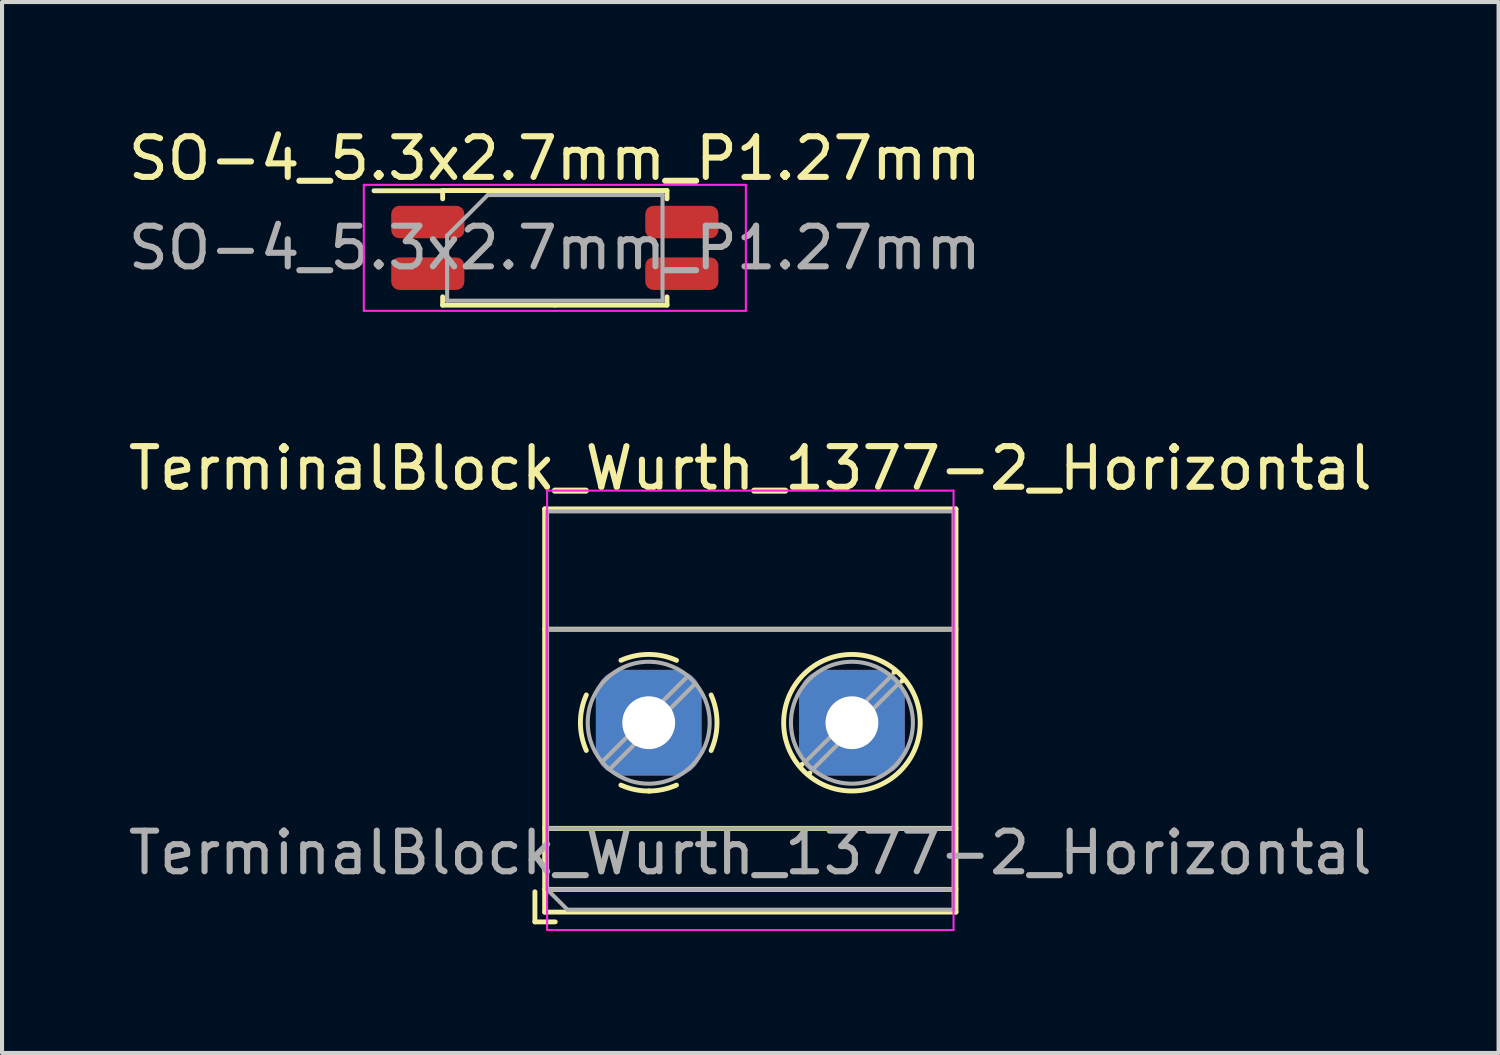
<source format=kicad_pcb>
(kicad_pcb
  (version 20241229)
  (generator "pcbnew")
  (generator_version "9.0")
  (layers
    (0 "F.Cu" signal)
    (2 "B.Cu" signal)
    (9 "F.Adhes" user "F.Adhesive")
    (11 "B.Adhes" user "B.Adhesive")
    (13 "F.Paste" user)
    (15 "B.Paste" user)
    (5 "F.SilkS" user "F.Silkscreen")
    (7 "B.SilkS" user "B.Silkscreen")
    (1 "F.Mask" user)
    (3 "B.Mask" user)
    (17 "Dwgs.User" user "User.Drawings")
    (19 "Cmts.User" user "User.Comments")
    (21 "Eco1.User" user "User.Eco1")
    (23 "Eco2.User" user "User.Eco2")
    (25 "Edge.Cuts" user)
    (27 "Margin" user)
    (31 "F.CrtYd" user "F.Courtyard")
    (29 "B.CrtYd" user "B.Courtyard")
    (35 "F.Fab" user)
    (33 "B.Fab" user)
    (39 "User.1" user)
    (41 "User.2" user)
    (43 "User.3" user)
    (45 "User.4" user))
  (footprint "SO-4_5.3x2.7mm_P1.27mm"
    (layer "F.Cu")
    (at 10.601 3.048)
    (property "Reference" "SO-4_5.3x2.7mm_P1.27mm" (at 0 -2.2 0) (layer "F.SilkS") (effects (font (size 1 1) (thickness 0.15))))
    (attr smd)
    (fp_line (start -2.76 -1.41) (end -2.76 -1.205) (stroke (width 0.12) (type solid)) (layer "F.SilkS"))
    (fp_line (start -2.76 -1.405) (end -4.45 -1.405) (stroke (width 0.12) (type solid)) (layer "F.SilkS"))
    (fp_line (start -2.76 1.41) (end -2.76 1.205) (stroke (width 0.12) (type solid)) (layer "F.SilkS"))
    (fp_line (start 0 -1.41) (end -2.76 -1.41) (stroke (width 0.12) (type solid)) (layer "F.SilkS"))
    (fp_line (start 0 -1.41) (end 2.76 -1.41) (stroke (width 0.12) (type solid)) (layer "F.SilkS"))
    (fp_line (start 0 1.41) (end -2.76 1.41) (stroke (width 0.12) (type solid)) (layer "F.SilkS"))
    (fp_line (start 0 1.41) (end 2.76 1.41) (stroke (width 0.12) (type solid)) (layer "F.SilkS"))
    (fp_line (start 2.76 -1.41) (end 2.76 -1.205) (stroke (width 0.12) (type solid)) (layer "F.SilkS"))
    (fp_line (start 2.76 1.41) (end 2.76 1.205) (stroke (width 0.12) (type solid)) (layer "F.SilkS"))
    (fp_line (start -4.7 -1.55) (end -4.7 1.55) (stroke (width 0.05) (type solid)) (layer "F.CrtYd"))
    (fp_line (start -4.7 1.55) (end 4.7 1.55) (stroke (width 0.05) (type solid)) (layer "F.CrtYd"))
    (fp_line (start 4.7 -1.55) (end -4.7 -1.55) (stroke (width 0.05) (type solid)) (layer "F.CrtYd"))
    (fp_line (start 4.7 1.55) (end 4.7 -1.55) (stroke (width 0.05) (type solid)) (layer "F.CrtYd"))
    (fp_line (start -2.65 -0.3) (end -1.65 -1.3) (stroke (width 0.1) (type solid)) (layer "F.Fab"))
    (fp_line (start -2.65 1.3) (end -2.65 -0.3) (stroke (width 0.1) (type solid)) (layer "F.Fab"))
    (fp_line (start -1.65 -1.3) (end 2.65 -1.3) (stroke (width 0.1) (type solid)) (layer "F.Fab"))
    (fp_line (start 2.65 -1.3) (end 2.65 1.3) (stroke (width 0.1) (type solid)) (layer "F.Fab"))
    (fp_line (start 2.65 1.3) (end -2.65 1.3) (stroke (width 0.1) (type solid)) (layer "F.Fab"))
    (fp_text user "${REFERENCE}" (at 0 0 0) (layer "F.Fab") (effects (font (size 1 1) (thickness 0.15))))
    (pad "1" smd roundrect (at -3.125 -0.635) (size 1.8 0.8) (layers "F.Cu" "F.Mask" "F.Paste") (roundrect_rratio 0.25))
    (pad "2" smd roundrect (at -3.125 0.635) (size 1.8 0.8) (layers "F.Cu" "F.Mask" "F.Paste") (roundrect_rratio 0.25))
    (pad "3" smd roundrect (at 3.125 0.635) (size 1.8 0.8) (layers "F.Cu" "F.Mask" "F.Paste") (roundrect_rratio 0.25))
    (pad "4" smd roundrect (at 3.125 -0.635) (size 1.8 0.8) (layers "F.Cu" "F.Mask" "F.Paste") (roundrect_rratio 0.25)))
  (footprint "TerminalBlock_Wurth_1377-2_Horizontal"
    (layer "F.Cu")
    (at 12.911 14.732)
    (property "Reference" "TerminalBlock_Wurth_1377-2_Horizontal" (at 2.5 -6.26 180) (layer "F.SilkS") (effects (font (size 1 1) (thickness 0.15))))
    (attr through_hole)
    (fp_line (start -2.8 4.16) (end -2.8 4.9) (stroke (width 0.12) (type solid)) (layer "F.SilkS"))
    (fp_line (start -2.8 4.9) (end -2.3 4.9) (stroke (width 0.12) (type solid)) (layer "F.SilkS"))
    (fp_line (start -2.56 -5.261) (end -2.56 4.66) (stroke (width 0.12) (type solid)) (layer "F.SilkS"))
    (fp_line (start -2.56 -5.261) (end 7.56 -5.261) (stroke (width 0.12) (type solid)) (layer "F.SilkS"))
    (fp_line (start -2.56 -2.301) (end 7.56 -2.301) (stroke (width 0.12) (type solid)) (layer "F.SilkS"))
    (fp_line (start -2.56 2.6) (end 7.56 2.6) (stroke (width 0.12) (type solid)) (layer "F.SilkS"))
    (fp_line (start -2.56 4.1) (end 7.56 4.1) (stroke (width 0.12) (type solid)) (layer "F.SilkS"))
    (fp_line (start -2.56 4.66) (end 7.56 4.66) (stroke (width 0.12) (type solid)) (layer "F.SilkS"))
    (fp_line (start 3.773 1.023) (end 3.726 1.069) (stroke (width 0.12) (type solid)) (layer "F.SilkS"))
    (fp_line (start 3.966 1.239) (end 3.931 1.274) (stroke (width 0.12) (type solid)) (layer "F.SilkS"))
    (fp_line (start 6.07 -1.275) (end 6.035 -1.239) (stroke (width 0.12) (type solid)) (layer "F.SilkS"))
    (fp_line (start 6.275 -1.069) (end 6.228 -1.023) (stroke (width 0.12) (type solid)) (layer "F.SilkS"))
    (fp_line (start 7.56 -5.261) (end 7.56 4.66) (stroke (width 0.12) (type solid)) (layer "F.SilkS"))
    (fp_arc (start -1.535427 0.683042) (mid -1.680501 -0.000524) (end -1.535 -0.684) (stroke (width 0.12) (type solid)) (layer "F.SilkS"))
    (fp_arc (start -0.683042 -1.535427) (mid 0.000524 -1.680501) (end 0.684 -1.535) (stroke (width 0.12) (type solid)) (layer "F.SilkS"))
    (fp_arc (start 0.028805 1.680253) (mid -0.335551 1.646659) (end -0.684 1.535) (stroke (width 0.12) (type solid)) (layer "F.SilkS"))
    (fp_arc (start 0.683318 1.534756) (mid 0.349292 1.643288) (end 0 1.68) (stroke (width 0.12) (type solid)) (layer "F.SilkS"))
    (fp_arc (start 1.535427 -0.683042) (mid 1.680501 0.000524) (end 1.535 0.684) (stroke (width 0.12) (type solid)) (layer "F.SilkS"))
    (fp_circle (center 5 0) (end 6.68 0) (stroke (width 0.12) (type solid)) (fill no) (layer "F.SilkS"))
    (fp_line (start -2.5 -5.71) (end -2.5 5.1) (stroke (width 0.05) (type solid)) (layer "F.CrtYd"))
    (fp_line (start -2.5 5.1) (end 7.5 5.1) (stroke (width 0.05) (type solid)) (layer "F.CrtYd"))
    (fp_line (start 7.5 -5.71) (end -2.5 -5.71) (stroke (width 0.05) (type solid)) (layer "F.CrtYd"))
    (fp_line (start 7.5 5.1) (end 7.5 -5.71) (stroke (width 0.05) (type solid)) (layer "F.CrtYd"))
    (fp_line (start -2.5 -5.2) (end 7.5 -5.2) (stroke (width 0.1) (type solid)) (layer "F.Fab"))
    (fp_line (start -2.5 -2.3) (end 7.5 -2.3) (stroke (width 0.1) (type solid)) (layer "F.Fab"))
    (fp_line (start -2.5 2.6) (end 7.5 2.6) (stroke (width 0.1) (type solid)) (layer "F.Fab"))
    (fp_line (start -2.5 4.1) (end -2.5 -5.2) (stroke (width 0.1) (type solid)) (layer "F.Fab"))
    (fp_line (start -2.5 4.1) (end 7.5 4.1) (stroke (width 0.1) (type solid)) (layer "F.Fab"))
    (fp_line (start -2 4.6) (end -2.5 4.1) (stroke (width 0.1) (type solid)) (layer "F.Fab"))
    (fp_line (start 0.955 -1.138) (end -1.138 0.955) (stroke (width 0.1) (type solid)) (layer "F.Fab"))
    (fp_line (start 1.138 -0.955) (end -0.955 1.138) (stroke (width 0.1) (type solid)) (layer "F.Fab"))
    (fp_line (start 5.955 -1.138) (end 3.863 0.955) (stroke (width 0.1) (type solid)) (layer "F.Fab"))
    (fp_line (start 6.138 -0.955) (end 4.046 1.138) (stroke (width 0.1) (type solid)) (layer "F.Fab"))
    (fp_line (start 7.5 -5.2) (end 7.5 4.6) (stroke (width 0.1) (type solid)) (layer "F.Fab"))
    (fp_line (start 7.5 4.6) (end -2 4.6) (stroke (width 0.1) (type solid)) (layer "F.Fab"))
    (fp_circle (center 0 0) (end 1.5 0) (stroke (width 0.1) (type solid)) (fill no) (layer "F.Fab"))
    (fp_circle (center 5 0) (end 6.5 0) (stroke (width 0.1) (type solid)) (fill no) (layer "F.Fab"))
    (fp_text user "${REFERENCE}" (at 2.5 3.2 180) (layer "F.Fab") (effects (font (size 1 1) (thickness 0.15))))
    (pad "1" thru_hole roundrect (at 0 0) (size 2.6 2.6) (drill 1.3) (layers "*.Cu" "*.Mask") (roundrect_rratio 0.25))
    (pad "2" thru_hole roundrect (at 5 0) (size 2.6 2.6) (drill 1.3) (layers "*.Cu" "*.Mask") (roundrect_rratio 0.25)))
  (gr_rect
    (start -3 -3)
    (end 33.821 22.857)
    (stroke (width 0.1) (type default))
    (fill no)
    (layer "Edge.Cuts")))
</source>
